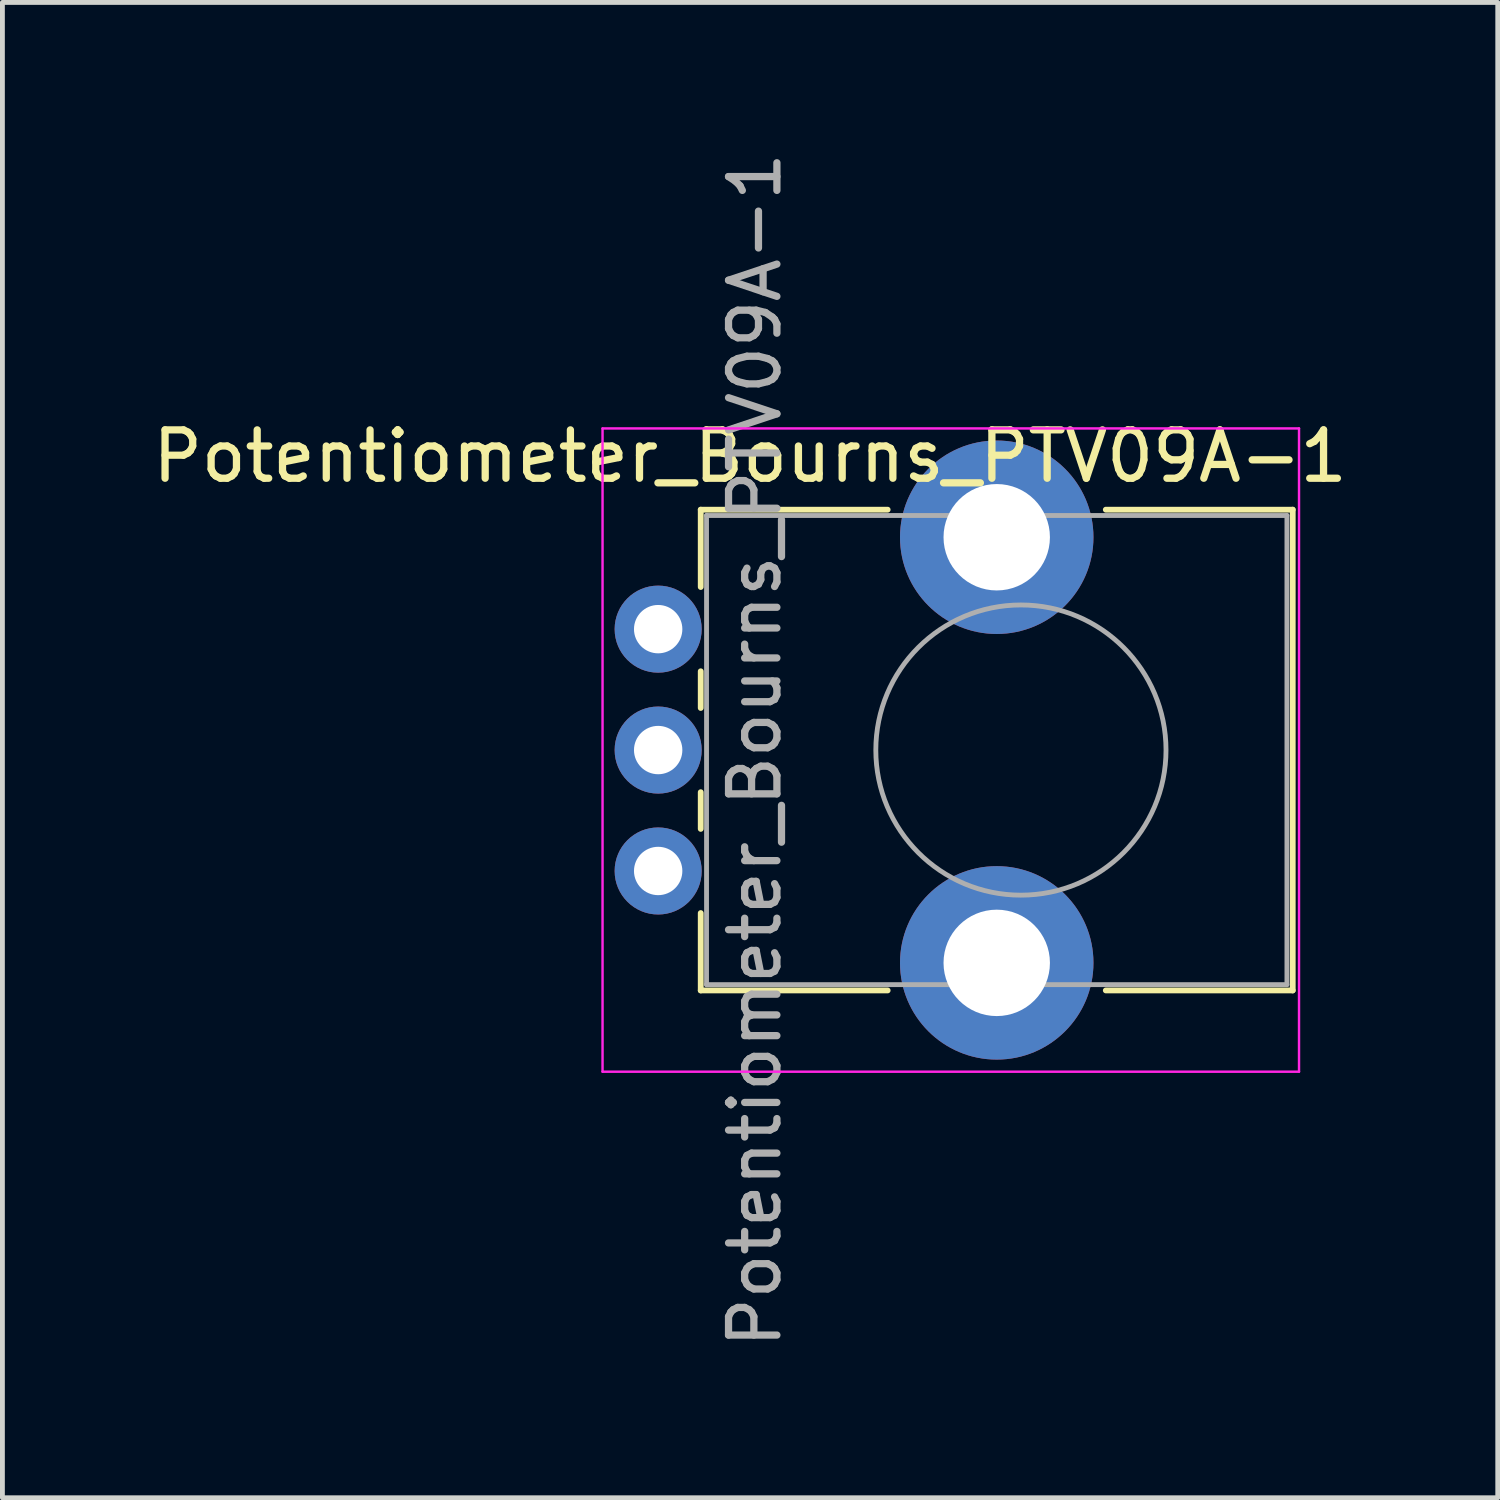
<source format=kicad_pcb>
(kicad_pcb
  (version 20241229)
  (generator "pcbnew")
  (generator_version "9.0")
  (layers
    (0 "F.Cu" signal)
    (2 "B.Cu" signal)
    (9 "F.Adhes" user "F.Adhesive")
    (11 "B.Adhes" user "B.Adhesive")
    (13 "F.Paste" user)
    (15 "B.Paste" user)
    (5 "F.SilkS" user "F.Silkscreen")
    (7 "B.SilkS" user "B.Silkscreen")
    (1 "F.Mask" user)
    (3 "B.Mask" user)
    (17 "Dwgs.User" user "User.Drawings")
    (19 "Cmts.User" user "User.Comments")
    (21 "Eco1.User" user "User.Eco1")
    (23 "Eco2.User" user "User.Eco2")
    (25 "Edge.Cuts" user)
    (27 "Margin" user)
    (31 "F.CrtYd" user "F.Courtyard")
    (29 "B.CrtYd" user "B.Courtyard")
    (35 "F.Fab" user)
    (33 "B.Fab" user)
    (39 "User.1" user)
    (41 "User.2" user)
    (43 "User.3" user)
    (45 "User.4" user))
  (footprint "Potentiometer_Bourns_PTV09A-1"
    (layer "F.Cu")
    (at 10.558 14.958)
    (property "Reference" "Potentiometer_Bourns_PTV09A-1" (at 1.9 -8.575 180) (layer "F.SilkS") (effects (font (size 1 1) (thickness 0.15))))
    (attr through_hole)
    (fp_line (start 0.88 -7.47) (end 0.88 -5.871) (stroke (width 0.12) (type solid)) (layer "F.SilkS"))
    (fp_line (start 0.88 -7.47) (end 4.745 -7.47) (stroke (width 0.12) (type solid)) (layer "F.SilkS"))
    (fp_line (start 0.88 -4.129) (end 0.88 -3.37) (stroke (width 0.12) (type solid)) (layer "F.SilkS"))
    (fp_line (start 0.88 -1.629) (end 0.88 -0.87) (stroke (width 0.12) (type solid)) (layer "F.SilkS"))
    (fp_line (start 0.88 0.87) (end 0.88 2.47) (stroke (width 0.12) (type solid)) (layer "F.SilkS"))
    (fp_line (start 0.88 2.47) (end 4.745 2.47) (stroke (width 0.12) (type solid)) (layer "F.SilkS"))
    (fp_line (start 9.255 -7.47) (end 13.12 -7.47) (stroke (width 0.12) (type solid)) (layer "F.SilkS"))
    (fp_line (start 9.255 2.47) (end 13.12 2.47) (stroke (width 0.12) (type solid)) (layer "F.SilkS"))
    (fp_line (start 13.12 -7.47) (end 13.12 2.47) (stroke (width 0.12) (type solid)) (layer "F.SilkS"))
    (fp_line (start -1.15 -9.15) (end -1.15 4.15) (stroke (width 0.05) (type solid)) (layer "F.CrtYd"))
    (fp_line (start -1.15 4.15) (end 13.25 4.15) (stroke (width 0.05) (type solid)) (layer "F.CrtYd"))
    (fp_line (start 13.25 -9.15) (end -1.15 -9.15) (stroke (width 0.05) (type solid)) (layer "F.CrtYd"))
    (fp_line (start 13.25 4.15) (end 13.25 -9.15) (stroke (width 0.05) (type solid)) (layer "F.CrtYd"))
    (fp_line (start 1 -7.35) (end 1 2.35) (stroke (width 0.1) (type solid)) (layer "F.Fab"))
    (fp_line (start 1 2.35) (end 13 2.35) (stroke (width 0.1) (type solid)) (layer "F.Fab"))
    (fp_line (start 13 -7.35) (end 1 -7.35) (stroke (width 0.1) (type solid)) (layer "F.Fab"))
    (fp_line (start 13 2.35) (end 13 -7.35) (stroke (width 0.1) (type solid)) (layer "F.Fab"))
    (fp_circle (center 7.5 -2.5) (end 10.5 -2.5) (stroke (width 0.1) (type solid)) (fill no) (layer "F.Fab"))
    (fp_text user "${REFERENCE}" (at 2 -2.5 90) (layer "F.Fab") (effects (font (size 1 1) (thickness 0.15))))
    (pad "" np_thru_hole circle (at 7 -6.9) (size 4 4) (drill 2.2) (layers "*.Cu" "*.Mask"))
    (pad "" np_thru_hole circle (at 7 1.9) (size 4 4) (drill 2.2) (layers "*.Cu" "*.Mask"))
    (pad "1" thru_hole circle (at 0 0) (size 1.8 1.8) (drill 1) (layers "*.Cu" "*.Mask"))
    (pad "2" thru_hole circle (at 0 -2.5) (size 1.8 1.8) (drill 1) (layers "*.Cu" "*.Mask"))
    (pad "3" thru_hole circle (at 0 -5) (size 1.8 1.8) (drill 1) (layers "*.Cu" "*.Mask")))
  (gr_rect
    (start -3 -3)
    (end 27.917 27.917)
    (stroke (width 0.1) (type default))
    (fill no)
    (layer "Edge.Cuts")))
</source>
